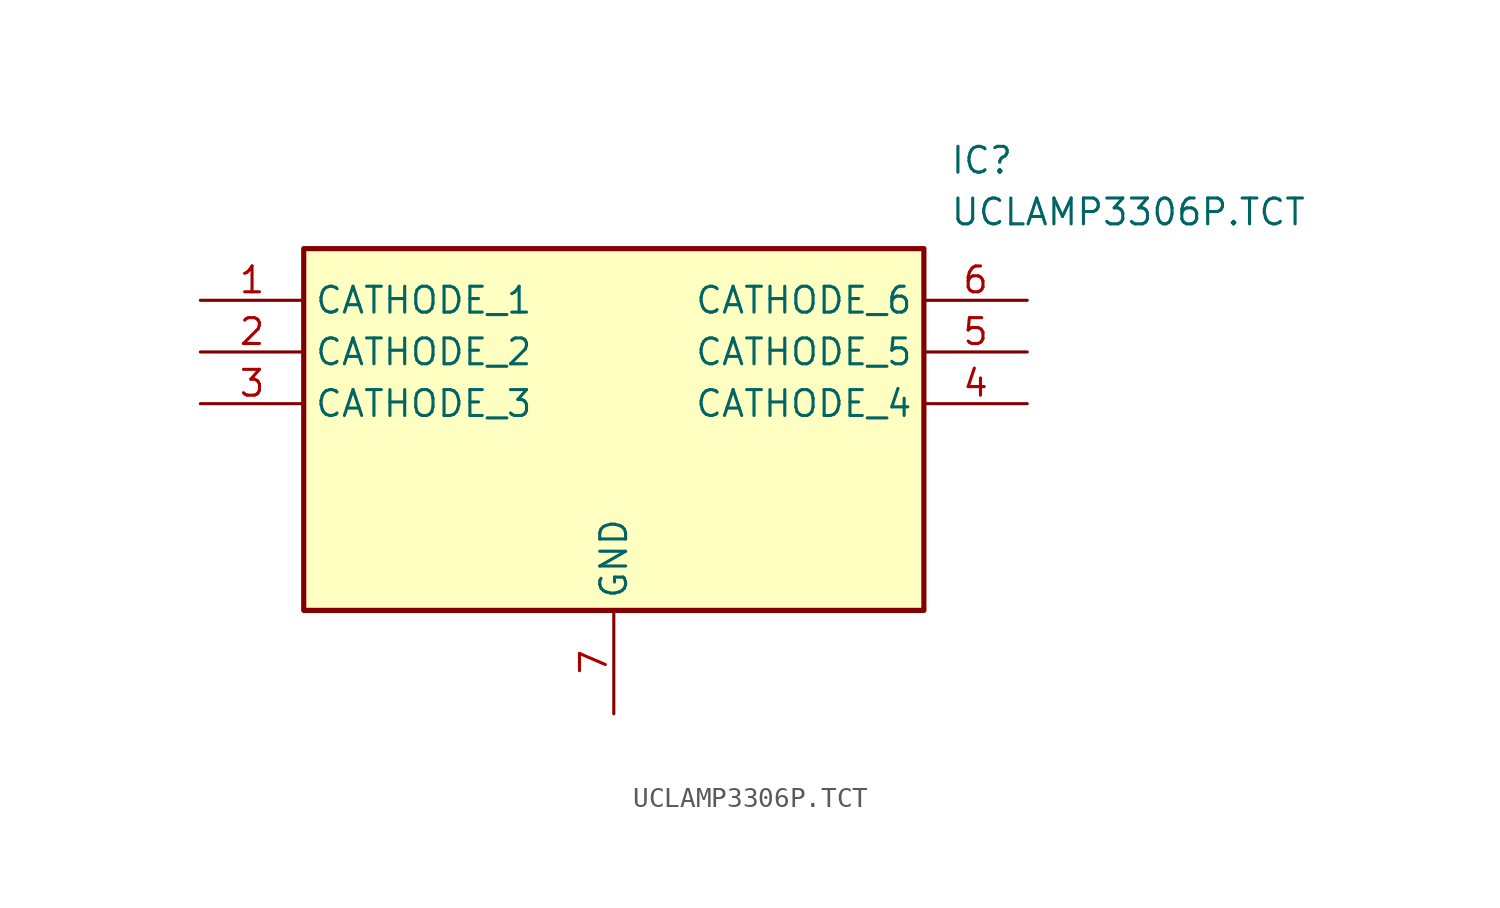
<source format=kicad_sym>
(kicad_symbol_lib
  (version 20211014)
  (generator SamacSys_ECAD_Model)
  (symbol "UCLAMP3306P.TCT"
    (property "Reference" "IC"
      (at 36.83 7.62 0)
      (effects (font (size 1.27 1.27)) (justify left top)))
    (property "Value" "UCLAMP3306P.TCT"
      (at 36.83 5.08 0)
      (effects (font (size 1.27 1.27)) (justify left top)))
    (rectangle
      (start 5.08 2.54)
      (end 35.56 -15.24)
      (stroke (width 0.254) (type default))
      (fill (type background)))
    (pin passive line
      (at 0 0 0)
      (length 5.08)
      (name "CATHODE_1" (effects (font (size 1.27 1.27))))
      (number "1" (effects (font (size 1.27 1.27)))))
    (pin passive line
      (at 0 -2.54 0)
      (length 5.08)
      (name "CATHODE_2" (effects (font (size 1.27 1.27))))
      (number "2" (effects (font (size 1.27 1.27)))))
    (pin passive line
      (at 0 -5.08 0)
      (length 5.08)
      (name "CATHODE_3" (effects (font (size 1.27 1.27))))
      (number "3" (effects (font (size 1.27 1.27)))))
    (pin passive line
      (at 20.32 -20.32 90)
      (length 5.08)
      (name "GND" (effects (font (size 1.27 1.27))))
      (number "7" (effects (font (size 1.27 1.27)))))
    (pin passive line
      (at 40.64 0 180)
      (length 5.08)
      (name "CATHODE_6" (effects (font (size 1.27 1.27))))
      (number "6" (effects (font (size 1.27 1.27)))))
    (pin passive line
      (at 40.64 -2.54 180)
      (length 5.08)
      (name "CATHODE_5" (effects (font (size 1.27 1.27))))
      (number "5" (effects (font (size 1.27 1.27)))))
    (pin passive line
      (at 40.64 -5.08 180)
      (length 5.08)
      (name "CATHODE_4" (effects (font (size 1.27 1.27))))
      (number "4" (effects (font (size 1.27 1.27)))))))
</source>
